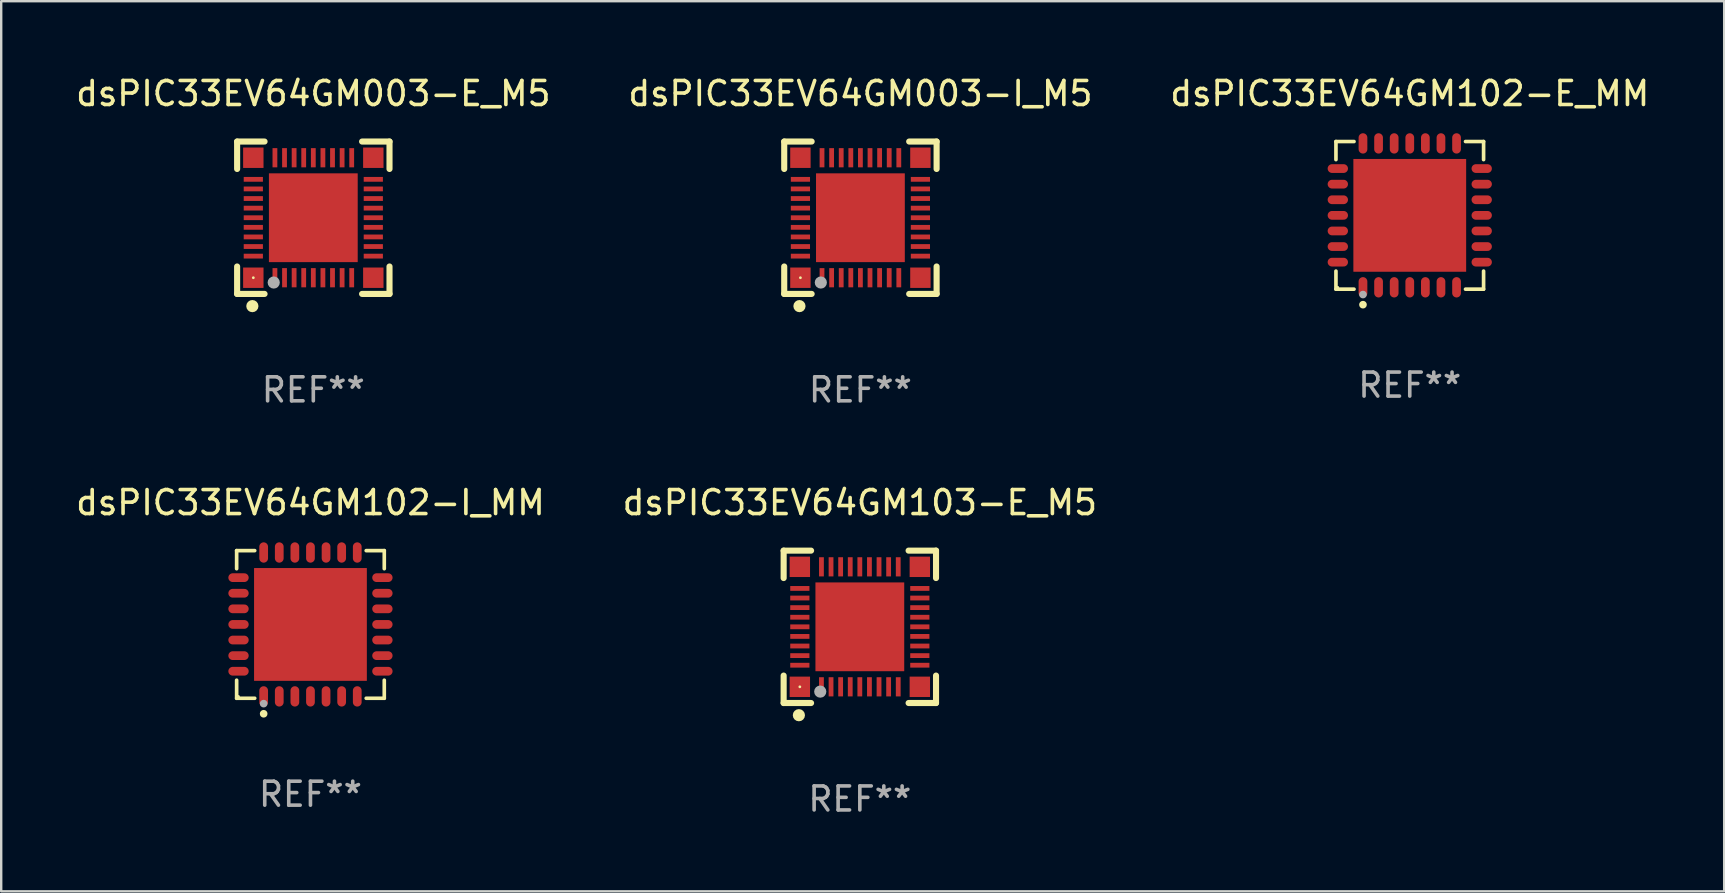
<source format=kicad_pcb>
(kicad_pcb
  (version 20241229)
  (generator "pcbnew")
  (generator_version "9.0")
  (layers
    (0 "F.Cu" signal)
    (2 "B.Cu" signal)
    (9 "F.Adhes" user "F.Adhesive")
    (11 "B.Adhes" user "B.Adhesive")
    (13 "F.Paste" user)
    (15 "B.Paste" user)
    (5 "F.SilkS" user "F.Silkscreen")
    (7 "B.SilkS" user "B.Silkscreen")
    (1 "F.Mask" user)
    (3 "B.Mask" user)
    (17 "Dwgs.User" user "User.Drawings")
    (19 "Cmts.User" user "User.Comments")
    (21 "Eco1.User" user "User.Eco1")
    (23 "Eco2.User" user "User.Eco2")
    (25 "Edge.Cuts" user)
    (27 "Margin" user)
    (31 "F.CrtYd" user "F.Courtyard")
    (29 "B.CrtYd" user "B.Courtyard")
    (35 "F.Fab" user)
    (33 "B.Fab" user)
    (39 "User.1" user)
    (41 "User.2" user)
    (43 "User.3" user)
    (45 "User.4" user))
  (footprint "dsPIC33EV64GM003-E_M5"
    (layer "F.Cu")
    (at 10.006 6.023)
    (property "Reference" "dsPIC33EV64GM003-E_M5" (at 0 -5.175 0) (layer "F.SilkS") (effects (font (size 1 1) (thickness 0.15))))
    (attr through_hole)
    (fp_line (start -3.175 -3.175) (end -2.032 -3.175) (stroke (width 0.254) (type solid)) (layer "F.SilkS"))
    (fp_line (start -3.175 -2.032) (end -3.175 -3.175) (stroke (width 0.254) (type solid)) (layer "F.SilkS"))
    (fp_line (start -3.175 3.175) (end -3.175 2.032) (stroke (width 0.254) (type solid)) (layer "F.SilkS"))
    (fp_line (start -2.032 3.175) (end -3.175 3.175) (stroke (width 0.254) (type solid)) (layer "F.SilkS"))
    (fp_line (start 2.032 -3.175) (end 3.175 -3.175) (stroke (width 0.254) (type solid)) (layer "F.SilkS"))
    (fp_line (start 3.175 -3.175) (end 3.175 -2.032) (stroke (width 0.254) (type solid)) (layer "F.SilkS"))
    (fp_line (start 3.175 2.032) (end 3.175 3.175) (stroke (width 0.254) (type solid)) (layer "F.SilkS"))
    (fp_line (start 3.175 3.175) (end 2.032 3.175) (stroke (width 0.254) (type solid)) (layer "F.SilkS"))
    (fp_circle (center -2.54 3.683) (end -2.413 3.683) (stroke (width 0.254) (type solid)) (fill no) (layer "F.SilkS"))
    (fp_circle (center -2.5 2.5) (end -2.47 2.5) (stroke (width 0.06) (type solid)) (fill no) (layer "F.SilkS"))
    (fp_circle (center -1.65 2.7) (end -1.523 2.7) (stroke (width 0.254) (type solid)) (fill no) (layer "F.Fab"))
    (fp_text user "REF**" (at 0 7.175 0) (layer "F.Fab") (effects (font (size 1 1) (thickness 0.15))))
    (pad "1" smd rect (at -1.6 2.5) (size 0.2 0.8) (layers "F.Cu" "F.Mask" "F.Paste"))
    (pad "2" smd rect (at -1.2 2.5) (size 0.2 0.8) (layers "F.Cu" "F.Mask" "F.Paste"))
    (pad "3" smd rect (at -0.8 2.5) (size 0.2 0.8) (layers "F.Cu" "F.Mask" "F.Paste"))
    (pad "4" smd rect (at -0.4 2.5) (size 0.2 0.8) (layers "F.Cu" "F.Mask" "F.Paste"))
    (pad "5" smd rect (at -0.000051 2.5) (size 0.2 0.8) (layers "F.Cu" "F.Mask" "F.Paste"))
    (pad "6" smd rect (at 0.4 2.5) (size 0.2 0.8) (layers "F.Cu" "F.Mask" "F.Paste"))
    (pad "7" smd rect (at 0.8 2.5) (size 0.2 0.8) (layers "F.Cu" "F.Mask" "F.Paste"))
    (pad "8" smd rect (at 1.2 2.5) (size 0.2 0.8) (layers "F.Cu" "F.Mask" "F.Paste"))
    (pad "9" smd rect (at 1.6 2.5) (size 0.2 0.8) (layers "F.Cu" "F.Mask" "F.Paste"))
    (pad "10" smd rect (at 2.5 1.6 90) (size 0.2 0.8) (layers "F.Cu" "F.Mask" "F.Paste"))
    (pad "11" smd rect (at 2.5 1.2 90) (size 0.2 0.8) (layers "F.Cu" "F.Mask" "F.Paste"))
    (pad "12" smd rect (at 2.5 0.8 90) (size 0.2 0.8) (layers "F.Cu" "F.Mask" "F.Paste"))
    (pad "13" smd rect (at 2.5 0.4 90) (size 0.2 0.8) (layers "F.Cu" "F.Mask" "F.Paste"))
    (pad "14" smd rect (at 2.5 -0.000051 90) (size 0.2 0.8) (layers "F.Cu" "F.Mask" "F.Paste"))
    (pad "15" smd rect (at 2.5 -0.4 90) (size 0.2 0.8) (layers "F.Cu" "F.Mask" "F.Paste"))
    (pad "16" smd rect (at 2.5 -0.8 90) (size 0.2 0.8) (layers "F.Cu" "F.Mask" "F.Paste"))
    (pad "17" smd rect (at 2.5 -1.2 90) (size 0.2 0.8) (layers "F.Cu" "F.Mask" "F.Paste"))
    (pad "18" smd rect (at 2.5 -1.6 90) (size 0.2 0.8) (layers "F.Cu" "F.Mask" "F.Paste"))
    (pad "19" smd rect (at 1.6 -2.5 180) (size 0.2 0.8) (layers "F.Cu" "F.Mask" "F.Paste"))
    (pad "20" smd rect (at 1.2 -2.5 180) (size 0.2 0.8) (layers "F.Cu" "F.Mask" "F.Paste"))
    (pad "21" smd rect (at 0.8 -2.5 180) (size 0.2 0.8) (layers "F.Cu" "F.Mask" "F.Paste"))
    (pad "22" smd rect (at 0.4 -2.5 180) (size 0.2 0.8) (layers "F.Cu" "F.Mask" "F.Paste"))
    (pad "23" smd rect (at -0.000051 -2.5 180) (size 0.2 0.8) (layers "F.Cu" "F.Mask" "F.Paste"))
    (pad "24" smd rect (at -0.4 -2.5 180) (size 0.2 0.8) (layers "F.Cu" "F.Mask" "F.Paste"))
    (pad "25" smd rect (at -0.8 -2.5 180) (size 0.2 0.8) (layers "F.Cu" "F.Mask" "F.Paste"))
    (pad "26" smd rect (at -1.2 -2.5 180) (size 0.2 0.8) (layers "F.Cu" "F.Mask" "F.Paste"))
    (pad "27" smd rect (at -1.6 -2.5 180) (size 0.2 0.8) (layers "F.Cu" "F.Mask" "F.Paste"))
    (pad "28" smd rect (at -2.5 -1.6 270) (size 0.2 0.8) (layers "F.Cu" "F.Mask" "F.Paste"))
    (pad "29" smd rect (at -2.5 -1.2 270) (size 0.2 0.8) (layers "F.Cu" "F.Mask" "F.Paste"))
    (pad "30" smd rect (at -2.5 -0.8 270) (size 0.2 0.8) (layers "F.Cu" "F.Mask" "F.Paste"))
    (pad "31" smd rect (at -2.5 -0.4 270) (size 0.2 0.8) (layers "F.Cu" "F.Mask" "F.Paste"))
    (pad "32" smd rect (at -2.5 -0.000051 270) (size 0.2 0.8) (layers "F.Cu" "F.Mask" "F.Paste"))
    (pad "33" smd rect (at -2.5 0.4 270) (size 0.2 0.8) (layers "F.Cu" "F.Mask" "F.Paste"))
    (pad "34" smd rect (at -2.5 0.8 270) (size 0.2 0.8) (layers "F.Cu" "F.Mask" "F.Paste"))
    (pad "35" smd rect (at -2.5 1.2 270) (size 0.2 0.8) (layers "F.Cu" "F.Mask" "F.Paste"))
    (pad "36" smd rect (at -2.5 1.6 270) (size 0.2 0.8) (layers "F.Cu" "F.Mask" "F.Paste"))
    (pad "37" smd rect (at -2.5 -2.5) (size 0.85 0.85) (layers "F.Cu" "F.Mask" "F.Paste"))
    (pad "37" smd rect (at -2.5 2.5) (size 0.85 0.85) (layers "F.Cu" "F.Mask" "F.Paste"))
    (pad "37" smd rect (at -0.000051 -0.000051) (size 3.7 3.7) (layers "F.Cu" "F.Mask" "F.Paste"))
    (pad "37" smd rect (at 2.5 -2.5) (size 0.85 0.85) (layers "F.Cu" "F.Mask" "F.Paste"))
    (pad "37" smd rect (at 2.5 2.5) (size 0.85 0.85) (layers "F.Cu" "F.Mask" "F.Paste")))
  (footprint "dsPIC33EV64GM103-E_M5"
    (layer "F.Cu")
    (at 32.78 23.07)
    (property "Reference" "dsPIC33EV64GM103-E_M5" (at 0 -5.175 0) (layer "F.SilkS") (effects (font (size 1 1) (thickness 0.15))))
    (attr through_hole)
    (fp_line (start -3.175 -3.175) (end -2.032 -3.175) (stroke (width 0.254) (type solid)) (layer "F.SilkS"))
    (fp_line (start -3.175 -2.032) (end -3.175 -3.175) (stroke (width 0.254) (type solid)) (layer "F.SilkS"))
    (fp_line (start -3.175 3.175) (end -3.175 2.032) (stroke (width 0.254) (type solid)) (layer "F.SilkS"))
    (fp_line (start -2.032 3.175) (end -3.175 3.175) (stroke (width 0.254) (type solid)) (layer "F.SilkS"))
    (fp_line (start 2.032 -3.175) (end 3.175 -3.175) (stroke (width 0.254) (type solid)) (layer "F.SilkS"))
    (fp_line (start 3.175 -3.175) (end 3.175 -2.032) (stroke (width 0.254) (type solid)) (layer "F.SilkS"))
    (fp_line (start 3.175 2.032) (end 3.175 3.175) (stroke (width 0.254) (type solid)) (layer "F.SilkS"))
    (fp_line (start 3.175 3.175) (end 2.032 3.175) (stroke (width 0.254) (type solid)) (layer "F.SilkS"))
    (fp_circle (center -2.54 3.683) (end -2.413 3.683) (stroke (width 0.254) (type solid)) (fill no) (layer "F.SilkS"))
    (fp_circle (center -2.5 2.5) (end -2.47 2.5) (stroke (width 0.06) (type solid)) (fill no) (layer "F.SilkS"))
    (fp_circle (center -1.65 2.7) (end -1.523 2.7) (stroke (width 0.254) (type solid)) (fill no) (layer "F.Fab"))
    (fp_text user "REF**" (at 0 7.175 0) (layer "F.Fab") (effects (font (size 1 1) (thickness 0.15))))
    (pad "1" smd rect (at -1.6 2.5) (size 0.2 0.8) (layers "F.Cu" "F.Mask" "F.Paste"))
    (pad "2" smd rect (at -1.2 2.5) (size 0.2 0.8) (layers "F.Cu" "F.Mask" "F.Paste"))
    (pad "3" smd rect (at -0.8 2.5) (size 0.2 0.8) (layers "F.Cu" "F.Mask" "F.Paste"))
    (pad "4" smd rect (at -0.4 2.5) (size 0.2 0.8) (layers "F.Cu" "F.Mask" "F.Paste"))
    (pad "5" smd rect (at -0.000051 2.5) (size 0.2 0.8) (layers "F.Cu" "F.Mask" "F.Paste"))
    (pad "6" smd rect (at 0.4 2.5) (size 0.2 0.8) (layers "F.Cu" "F.Mask" "F.Paste"))
    (pad "7" smd rect (at 0.8 2.5) (size 0.2 0.8) (layers "F.Cu" "F.Mask" "F.Paste"))
    (pad "8" smd rect (at 1.2 2.5) (size 0.2 0.8) (layers "F.Cu" "F.Mask" "F.Paste"))
    (pad "9" smd rect (at 1.6 2.5) (size 0.2 0.8) (layers "F.Cu" "F.Mask" "F.Paste"))
    (pad "10" smd rect (at 2.5 1.6 90) (size 0.2 0.8) (layers "F.Cu" "F.Mask" "F.Paste"))
    (pad "11" smd rect (at 2.5 1.2 90) (size 0.2 0.8) (layers "F.Cu" "F.Mask" "F.Paste"))
    (pad "12" smd rect (at 2.5 0.8 90) (size 0.2 0.8) (layers "F.Cu" "F.Mask" "F.Paste"))
    (pad "13" smd rect (at 2.5 0.4 90) (size 0.2 0.8) (layers "F.Cu" "F.Mask" "F.Paste"))
    (pad "14" smd rect (at 2.5 -0.000051 90) (size 0.2 0.8) (layers "F.Cu" "F.Mask" "F.Paste"))
    (pad "15" smd rect (at 2.5 -0.4 90) (size 0.2 0.8) (layers "F.Cu" "F.Mask" "F.Paste"))
    (pad "16" smd rect (at 2.5 -0.8 90) (size 0.2 0.8) (layers "F.Cu" "F.Mask" "F.Paste"))
    (pad "17" smd rect (at 2.5 -1.2 90) (size 0.2 0.8) (layers "F.Cu" "F.Mask" "F.Paste"))
    (pad "18" smd rect (at 2.5 -1.6 90) (size 0.2 0.8) (layers "F.Cu" "F.Mask" "F.Paste"))
    (pad "19" smd rect (at 1.6 -2.5 180) (size 0.2 0.8) (layers "F.Cu" "F.Mask" "F.Paste"))
    (pad "20" smd rect (at 1.2 -2.5 180) (size 0.2 0.8) (layers "F.Cu" "F.Mask" "F.Paste"))
    (pad "21" smd rect (at 0.8 -2.5 180) (size 0.2 0.8) (layers "F.Cu" "F.Mask" "F.Paste"))
    (pad "22" smd rect (at 0.4 -2.5 180) (size 0.2 0.8) (layers "F.Cu" "F.Mask" "F.Paste"))
    (pad "23" smd rect (at -0.000051 -2.5 180) (size 0.2 0.8) (layers "F.Cu" "F.Mask" "F.Paste"))
    (pad "24" smd rect (at -0.4 -2.5 180) (size 0.2 0.8) (layers "F.Cu" "F.Mask" "F.Paste"))
    (pad "25" smd rect (at -0.8 -2.5 180) (size 0.2 0.8) (layers "F.Cu" "F.Mask" "F.Paste"))
    (pad "26" smd rect (at -1.2 -2.5 180) (size 0.2 0.8) (layers "F.Cu" "F.Mask" "F.Paste"))
    (pad "27" smd rect (at -1.6 -2.5 180) (size 0.2 0.8) (layers "F.Cu" "F.Mask" "F.Paste"))
    (pad "28" smd rect (at -2.5 -1.6 270) (size 0.2 0.8) (layers "F.Cu" "F.Mask" "F.Paste"))
    (pad "29" smd rect (at -2.5 -1.2 270) (size 0.2 0.8) (layers "F.Cu" "F.Mask" "F.Paste"))
    (pad "30" smd rect (at -2.5 -0.8 270) (size 0.2 0.8) (layers "F.Cu" "F.Mask" "F.Paste"))
    (pad "31" smd rect (at -2.5 -0.4 270) (size 0.2 0.8) (layers "F.Cu" "F.Mask" "F.Paste"))
    (pad "32" smd rect (at -2.5 -0.000051 270) (size 0.2 0.8) (layers "F.Cu" "F.Mask" "F.Paste"))
    (pad "33" smd rect (at -2.5 0.4 270) (size 0.2 0.8) (layers "F.Cu" "F.Mask" "F.Paste"))
    (pad "34" smd rect (at -2.5 0.8 270) (size 0.2 0.8) (layers "F.Cu" "F.Mask" "F.Paste"))
    (pad "35" smd rect (at -2.5 1.2 270) (size 0.2 0.8) (layers "F.Cu" "F.Mask" "F.Paste"))
    (pad "36" smd rect (at -2.5 1.6 270) (size 0.2 0.8) (layers "F.Cu" "F.Mask" "F.Paste"))
    (pad "37" smd rect (at -2.5 -2.5) (size 0.85 0.85) (layers "F.Cu" "F.Mask" "F.Paste"))
    (pad "37" smd rect (at -2.5 2.5) (size 0.85 0.85) (layers "F.Cu" "F.Mask" "F.Paste"))
    (pad "37" smd rect (at -0.000051 -0.000051) (size 3.7 3.7) (layers "F.Cu" "F.Mask" "F.Paste"))
    (pad "37" smd rect (at 2.5 -2.5) (size 0.85 0.85) (layers "F.Cu" "F.Mask" "F.Paste"))
    (pad "37" smd rect (at 2.5 2.5) (size 0.85 0.85) (layers "F.Cu" "F.Mask" "F.Paste")))
  (footprint "dsPIC33EV64GM003-I_M5"
    (layer "F.Cu")
    (at 32.804 6.023)
    (property "Reference" "dsPIC33EV64GM003-I_M5" (at 0 -5.175 0) (layer "F.SilkS") (effects (font (size 1 1) (thickness 0.15))))
    (attr through_hole)
    (fp_line (start -3.175 -3.175) (end -2.032 -3.175) (stroke (width 0.254) (type solid)) (layer "F.SilkS"))
    (fp_line (start -3.175 -2.032) (end -3.175 -3.175) (stroke (width 0.254) (type solid)) (layer "F.SilkS"))
    (fp_line (start -3.175 3.175) (end -3.175 2.032) (stroke (width 0.254) (type solid)) (layer "F.SilkS"))
    (fp_line (start -2.032 3.175) (end -3.175 3.175) (stroke (width 0.254) (type solid)) (layer "F.SilkS"))
    (fp_line (start 2.032 -3.175) (end 3.175 -3.175) (stroke (width 0.254) (type solid)) (layer "F.SilkS"))
    (fp_line (start 3.175 -3.175) (end 3.175 -2.032) (stroke (width 0.254) (type solid)) (layer "F.SilkS"))
    (fp_line (start 3.175 2.032) (end 3.175 3.175) (stroke (width 0.254) (type solid)) (layer "F.SilkS"))
    (fp_line (start 3.175 3.175) (end 2.032 3.175) (stroke (width 0.254) (type solid)) (layer "F.SilkS"))
    (fp_circle (center -2.54 3.683) (end -2.413 3.683) (stroke (width 0.254) (type solid)) (fill no) (layer "F.SilkS"))
    (fp_circle (center -2.5 2.5) (end -2.47 2.5) (stroke (width 0.06) (type solid)) (fill no) (layer "F.SilkS"))
    (fp_circle (center -1.65 2.7) (end -1.523 2.7) (stroke (width 0.254) (type solid)) (fill no) (layer "F.Fab"))
    (fp_text user "REF**" (at 0 7.175 0) (layer "F.Fab") (effects (font (size 1 1) (thickness 0.15))))
    (pad "1" smd rect (at -1.6 2.5) (size 0.2 0.8) (layers "F.Cu" "F.Mask" "F.Paste"))
    (pad "2" smd rect (at -1.2 2.5) (size 0.2 0.8) (layers "F.Cu" "F.Mask" "F.Paste"))
    (pad "3" smd rect (at -0.8 2.5) (size 0.2 0.8) (layers "F.Cu" "F.Mask" "F.Paste"))
    (pad "4" smd rect (at -0.4 2.5) (size 0.2 0.8) (layers "F.Cu" "F.Mask" "F.Paste"))
    (pad "5" smd rect (at -0.000051 2.5) (size 0.2 0.8) (layers "F.Cu" "F.Mask" "F.Paste"))
    (pad "6" smd rect (at 0.4 2.5) (size 0.2 0.8) (layers "F.Cu" "F.Mask" "F.Paste"))
    (pad "7" smd rect (at 0.8 2.5) (size 0.2 0.8) (layers "F.Cu" "F.Mask" "F.Paste"))
    (pad "8" smd rect (at 1.2 2.5) (size 0.2 0.8) (layers "F.Cu" "F.Mask" "F.Paste"))
    (pad "9" smd rect (at 1.6 2.5) (size 0.2 0.8) (layers "F.Cu" "F.Mask" "F.Paste"))
    (pad "10" smd rect (at 2.5 1.6 90) (size 0.2 0.8) (layers "F.Cu" "F.Mask" "F.Paste"))
    (pad "11" smd rect (at 2.5 1.2 90) (size 0.2 0.8) (layers "F.Cu" "F.Mask" "F.Paste"))
    (pad "12" smd rect (at 2.5 0.8 90) (size 0.2 0.8) (layers "F.Cu" "F.Mask" "F.Paste"))
    (pad "13" smd rect (at 2.5 0.4 90) (size 0.2 0.8) (layers "F.Cu" "F.Mask" "F.Paste"))
    (pad "14" smd rect (at 2.5 -0.000051 90) (size 0.2 0.8) (layers "F.Cu" "F.Mask" "F.Paste"))
    (pad "15" smd rect (at 2.5 -0.4 90) (size 0.2 0.8) (layers "F.Cu" "F.Mask" "F.Paste"))
    (pad "16" smd rect (at 2.5 -0.8 90) (size 0.2 0.8) (layers "F.Cu" "F.Mask" "F.Paste"))
    (pad "17" smd rect (at 2.5 -1.2 90) (size 0.2 0.8) (layers "F.Cu" "F.Mask" "F.Paste"))
    (pad "18" smd rect (at 2.5 -1.6 90) (size 0.2 0.8) (layers "F.Cu" "F.Mask" "F.Paste"))
    (pad "19" smd rect (at 1.6 -2.5 180) (size 0.2 0.8) (layers "F.Cu" "F.Mask" "F.Paste"))
    (pad "20" smd rect (at 1.2 -2.5 180) (size 0.2 0.8) (layers "F.Cu" "F.Mask" "F.Paste"))
    (pad "21" smd rect (at 0.8 -2.5 180) (size 0.2 0.8) (layers "F.Cu" "F.Mask" "F.Paste"))
    (pad "22" smd rect (at 0.4 -2.5 180) (size 0.2 0.8) (layers "F.Cu" "F.Mask" "F.Paste"))
    (pad "23" smd rect (at -0.000051 -2.5 180) (size 0.2 0.8) (layers "F.Cu" "F.Mask" "F.Paste"))
    (pad "24" smd rect (at -0.4 -2.5 180) (size 0.2 0.8) (layers "F.Cu" "F.Mask" "F.Paste"))
    (pad "25" smd rect (at -0.8 -2.5 180) (size 0.2 0.8) (layers "F.Cu" "F.Mask" "F.Paste"))
    (pad "26" smd rect (at -1.2 -2.5 180) (size 0.2 0.8) (layers "F.Cu" "F.Mask" "F.Paste"))
    (pad "27" smd rect (at -1.6 -2.5 180) (size 0.2 0.8) (layers "F.Cu" "F.Mask" "F.Paste"))
    (pad "28" smd rect (at -2.5 -1.6 270) (size 0.2 0.8) (layers "F.Cu" "F.Mask" "F.Paste"))
    (pad "29" smd rect (at -2.5 -1.2 270) (size 0.2 0.8) (layers "F.Cu" "F.Mask" "F.Paste"))
    (pad "30" smd rect (at -2.5 -0.8 270) (size 0.2 0.8) (layers "F.Cu" "F.Mask" "F.Paste"))
    (pad "31" smd rect (at -2.5 -0.4 270) (size 0.2 0.8) (layers "F.Cu" "F.Mask" "F.Paste"))
    (pad "32" smd rect (at -2.5 -0.000051 270) (size 0.2 0.8) (layers "F.Cu" "F.Mask" "F.Paste"))
    (pad "33" smd rect (at -2.5 0.4 270) (size 0.2 0.8) (layers "F.Cu" "F.Mask" "F.Paste"))
    (pad "34" smd rect (at -2.5 0.8 270) (size 0.2 0.8) (layers "F.Cu" "F.Mask" "F.Paste"))
    (pad "35" smd rect (at -2.5 1.2 270) (size 0.2 0.8) (layers "F.Cu" "F.Mask" "F.Paste"))
    (pad "36" smd rect (at -2.5 1.6 270) (size 0.2 0.8) (layers "F.Cu" "F.Mask" "F.Paste"))
    (pad "37" smd rect (at -2.5 -2.5) (size 0.85 0.85) (layers "F.Cu" "F.Mask" "F.Paste"))
    (pad "37" smd rect (at -2.5 2.5) (size 0.85 0.85) (layers "F.Cu" "F.Mask" "F.Paste"))
    (pad "37" smd rect (at -0.000051 -0.000051) (size 3.7 3.7) (layers "F.Cu" "F.Mask" "F.Paste"))
    (pad "37" smd rect (at 2.5 -2.5) (size 0.85 0.85) (layers "F.Cu" "F.Mask" "F.Paste"))
    (pad "37" smd rect (at 2.5 2.5) (size 0.85 0.85) (layers "F.Cu" "F.Mask" "F.Paste")))
  (footprint "dsPIC33EV64GM102-E_MM"
    (layer "F.Cu")
    (at 55.696 5.924)
    (property "Reference" "dsPIC33EV64GM102-E_MM" (at 0 -5.076 0) (layer "F.SilkS") (effects (font (size 1 1) (thickness 0.15))))
    (attr through_hole)
    (fp_line (start -3.076 -3.076) (end -2.323 -3.076) (stroke (width 0.152) (type solid)) (layer "F.SilkS"))
    (fp_line (start -3.076 -2.323) (end -3.076 -3.076) (stroke (width 0.152) (type solid)) (layer "F.SilkS"))
    (fp_line (start -3.076 2.323) (end -3.076 3.076) (stroke (width 0.152) (type solid)) (layer "F.SilkS"))
    (fp_line (start -3.076 3.076) (end -2.323 3.076) (stroke (width 0.152) (type solid)) (layer "F.SilkS"))
    (fp_line (start 3.076 -3.076) (end 2.323 -3.076) (stroke (width 0.152) (type solid)) (layer "F.SilkS"))
    (fp_line (start 3.076 -2.323) (end 3.076 -3.076) (stroke (width 0.152) (type solid)) (layer "F.SilkS"))
    (fp_line (start 3.076 2.323) (end 3.076 3.076) (stroke (width 0.152) (type solid)) (layer "F.SilkS"))
    (fp_line (start 3.076 3.076) (end 2.323 3.076) (stroke (width 0.152) (type solid)) (layer "F.SilkS"))
    (fp_circle (center -3 3) (end -2.97 3) (stroke (width 0.06) (type solid)) (fill no) (layer "F.SilkS"))
    (fp_circle (center -1.95 3.722) (end -1.87 3.722) (stroke (width 0.16) (type solid)) (fill no) (layer "F.SilkS"))
    (fp_circle (center -1.95 3.3) (end -1.87 3.3) (stroke (width 0.16) (type solid)) (fill no) (layer "F.Fab"))
    (fp_text user "REF**" (at 0 7.076 0) (layer "F.Fab") (effects (font (size 1 1) (thickness 0.15))))
    (pad "1" smd oval (at -1.95 2.998) (size 0.364 0.847) (layers "F.Cu" "F.Mask" "F.Paste"))
    (pad "2" smd oval (at -1.3 2.998) (size 0.364 0.847) (layers "F.Cu" "F.Mask" "F.Paste"))
    (pad "3" smd oval (at -0.65 2.998) (size 0.364 0.847) (layers "F.Cu" "F.Mask" "F.Paste"))
    (pad "4" smd oval (at 0 2.998) (size 0.364 0.847) (layers "F.Cu" "F.Mask" "F.Paste"))
    (pad "5" smd oval (at 0.65 2.998) (size 0.364 0.847) (layers "F.Cu" "F.Mask" "F.Paste"))
    (pad "6" smd oval (at 1.3 2.998) (size 0.364 0.847) (layers "F.Cu" "F.Mask" "F.Paste"))
    (pad "7" smd oval (at 1.95 2.998) (size 0.364 0.847) (layers "F.Cu" "F.Mask" "F.Paste"))
    (pad "8" smd oval (at 2.998 1.95) (size 0.847 0.364) (layers "F.Cu" "F.Mask" "F.Paste"))
    (pad "9" smd oval (at 2.998 1.3) (size 0.847 0.364) (layers "F.Cu" "F.Mask" "F.Paste"))
    (pad "10" smd oval (at 2.998 0.65) (size 0.847 0.364) (layers "F.Cu" "F.Mask" "F.Paste"))
    (pad "11" smd oval (at 2.998 0) (size 0.847 0.364) (layers "F.Cu" "F.Mask" "F.Paste"))
    (pad "12" smd oval (at 2.998 -0.65) (size 0.847 0.364) (layers "F.Cu" "F.Mask" "F.Paste"))
    (pad "13" smd oval (at 2.998 -1.3) (size 0.847 0.364) (layers "F.Cu" "F.Mask" "F.Paste"))
    (pad "14" smd oval (at 2.998 -1.95) (size 0.847 0.364) (layers "F.Cu" "F.Mask" "F.Paste"))
    (pad "15" smd oval (at 1.95 -2.998) (size 0.364 0.847) (layers "F.Cu" "F.Mask" "F.Paste"))
    (pad "16" smd oval (at 1.3 -2.998) (size 0.364 0.847) (layers "F.Cu" "F.Mask" "F.Paste"))
    (pad "17" smd oval (at 0.65 -2.998) (size 0.364 0.847) (layers "F.Cu" "F.Mask" "F.Paste"))
    (pad "18" smd oval (at 0 -2.998) (size 0.364 0.847) (layers "F.Cu" "F.Mask" "F.Paste"))
    (pad "19" smd oval (at -0.65 -2.998) (size 0.364 0.847) (layers "F.Cu" "F.Mask" "F.Paste"))
    (pad "20" smd oval (at -1.3 -2.998) (size 0.364 0.847) (layers "F.Cu" "F.Mask" "F.Paste"))
    (pad "21" smd oval (at -1.95 -2.998) (size 0.364 0.847) (layers "F.Cu" "F.Mask" "F.Paste"))
    (pad "22" smd oval (at -2.998 -1.95) (size 0.847 0.364) (layers "F.Cu" "F.Mask" "F.Paste"))
    (pad "23" smd oval (at -2.998 -1.3) (size 0.847 0.364) (layers "F.Cu" "F.Mask" "F.Paste"))
    (pad "24" smd oval (at -2.998 -0.65) (size 0.847 0.364) (layers "F.Cu" "F.Mask" "F.Paste"))
    (pad "25" smd oval (at -2.998 0) (size 0.847 0.364) (layers "F.Cu" "F.Mask" "F.Paste"))
    (pad "26" smd oval (at -2.998 0.65) (size 0.847 0.364) (layers "F.Cu" "F.Mask" "F.Paste"))
    (pad "27" smd oval (at -2.998 1.3) (size 0.847 0.364) (layers "F.Cu" "F.Mask" "F.Paste"))
    (pad "28" smd oval (at -2.998 1.95) (size 0.847 0.364) (layers "F.Cu" "F.Mask" "F.Paste"))
    (pad "29" smd rect (at 0 0) (size 4.7 4.7) (layers "F.Cu" "F.Mask" "F.Paste")))
  (footprint "dsPIC33EV64GM102-I_MM"
    (layer "F.Cu")
    (at 9.887 22.971)
    (property "Reference" "dsPIC33EV64GM102-I_MM" (at 0 -5.076 0) (layer "F.SilkS") (effects (font (size 1 1) (thickness 0.15))))
    (attr through_hole)
    (fp_line (start -3.076 -3.076) (end -2.323 -3.076) (stroke (width 0.152) (type solid)) (layer "F.SilkS"))
    (fp_line (start -3.076 -2.323) (end -3.076 -3.076) (stroke (width 0.152) (type solid)) (layer "F.SilkS"))
    (fp_line (start -3.076 2.323) (end -3.076 3.076) (stroke (width 0.152) (type solid)) (layer "F.SilkS"))
    (fp_line (start -3.076 3.076) (end -2.323 3.076) (stroke (width 0.152) (type solid)) (layer "F.SilkS"))
    (fp_line (start 3.076 -3.076) (end 2.323 -3.076) (stroke (width 0.152) (type solid)) (layer "F.SilkS"))
    (fp_line (start 3.076 -2.323) (end 3.076 -3.076) (stroke (width 0.152) (type solid)) (layer "F.SilkS"))
    (fp_line (start 3.076 2.323) (end 3.076 3.076) (stroke (width 0.152) (type solid)) (layer "F.SilkS"))
    (fp_line (start 3.076 3.076) (end 2.323 3.076) (stroke (width 0.152) (type solid)) (layer "F.SilkS"))
    (fp_circle (center -3 3) (end -2.97 3) (stroke (width 0.06) (type solid)) (fill no) (layer "F.SilkS"))
    (fp_circle (center -1.95 3.722) (end -1.87 3.722) (stroke (width 0.16) (type solid)) (fill no) (layer "F.SilkS"))
    (fp_circle (center -1.95 3.3) (end -1.87 3.3) (stroke (width 0.16) (type solid)) (fill no) (layer "F.Fab"))
    (fp_text user "REF**" (at 0 7.076 0) (layer "F.Fab") (effects (font (size 1 1) (thickness 0.15))))
    (pad "1" smd oval (at -1.95 2.998) (size 0.364 0.847) (layers "F.Cu" "F.Mask" "F.Paste"))
    (pad "2" smd oval (at -1.3 2.998) (size 0.364 0.847) (layers "F.Cu" "F.Mask" "F.Paste"))
    (pad "3" smd oval (at -0.65 2.998) (size 0.364 0.847) (layers "F.Cu" "F.Mask" "F.Paste"))
    (pad "4" smd oval (at 0 2.998) (size 0.364 0.847) (layers "F.Cu" "F.Mask" "F.Paste"))
    (pad "5" smd oval (at 0.65 2.998) (size 0.364 0.847) (layers "F.Cu" "F.Mask" "F.Paste"))
    (pad "6" smd oval (at 1.3 2.998) (size 0.364 0.847) (layers "F.Cu" "F.Mask" "F.Paste"))
    (pad "7" smd oval (at 1.95 2.998) (size 0.364 0.847) (layers "F.Cu" "F.Mask" "F.Paste"))
    (pad "8" smd oval (at 2.998 1.95) (size 0.847 0.364) (layers "F.Cu" "F.Mask" "F.Paste"))
    (pad "9" smd oval (at 2.998 1.3) (size 0.847 0.364) (layers "F.Cu" "F.Mask" "F.Paste"))
    (pad "10" smd oval (at 2.998 0.65) (size 0.847 0.364) (layers "F.Cu" "F.Mask" "F.Paste"))
    (pad "11" smd oval (at 2.998 0) (size 0.847 0.364) (layers "F.Cu" "F.Mask" "F.Paste"))
    (pad "12" smd oval (at 2.998 -0.65) (size 0.847 0.364) (layers "F.Cu" "F.Mask" "F.Paste"))
    (pad "13" smd oval (at 2.998 -1.3) (size 0.847 0.364) (layers "F.Cu" "F.Mask" "F.Paste"))
    (pad "14" smd oval (at 2.998 -1.95) (size 0.847 0.364) (layers "F.Cu" "F.Mask" "F.Paste"))
    (pad "15" smd oval (at 1.95 -2.998) (size 0.364 0.847) (layers "F.Cu" "F.Mask" "F.Paste"))
    (pad "16" smd oval (at 1.3 -2.998) (size 0.364 0.847) (layers "F.Cu" "F.Mask" "F.Paste"))
    (pad "17" smd oval (at 0.65 -2.998) (size 0.364 0.847) (layers "F.Cu" "F.Mask" "F.Paste"))
    (pad "18" smd oval (at 0 -2.998) (size 0.364 0.847) (layers "F.Cu" "F.Mask" "F.Paste"))
    (pad "19" smd oval (at -0.65 -2.998) (size 0.364 0.847) (layers "F.Cu" "F.Mask" "F.Paste"))
    (pad "20" smd oval (at -1.3 -2.998) (size 0.364 0.847) (layers "F.Cu" "F.Mask" "F.Paste"))
    (pad "21" smd oval (at -1.95 -2.998) (size 0.364 0.847) (layers "F.Cu" "F.Mask" "F.Paste"))
    (pad "22" smd oval (at -2.998 -1.95) (size 0.847 0.364) (layers "F.Cu" "F.Mask" "F.Paste"))
    (pad "23" smd oval (at -2.998 -1.3) (size 0.847 0.364) (layers "F.Cu" "F.Mask" "F.Paste"))
    (pad "24" smd oval (at -2.998 -0.65) (size 0.847 0.364) (layers "F.Cu" "F.Mask" "F.Paste"))
    (pad "25" smd oval (at -2.998 0) (size 0.847 0.364) (layers "F.Cu" "F.Mask" "F.Paste"))
    (pad "26" smd oval (at -2.998 0.65) (size 0.847 0.364) (layers "F.Cu" "F.Mask" "F.Paste"))
    (pad "27" smd oval (at -2.998 1.3) (size 0.847 0.364) (layers "F.Cu" "F.Mask" "F.Paste"))
    (pad "28" smd oval (at -2.998 1.95) (size 0.847 0.364) (layers "F.Cu" "F.Mask" "F.Paste"))
    (pad "29" smd rect (at 0 0) (size 4.7 4.7) (layers "F.Cu" "F.Mask" "F.Paste")))
  (gr_rect
    (start -3 -3)
    (end 68.798 34.093)
    (stroke (width 0.1) (type default))
    (fill no)
    (layer "Edge.Cuts")))
</source>
